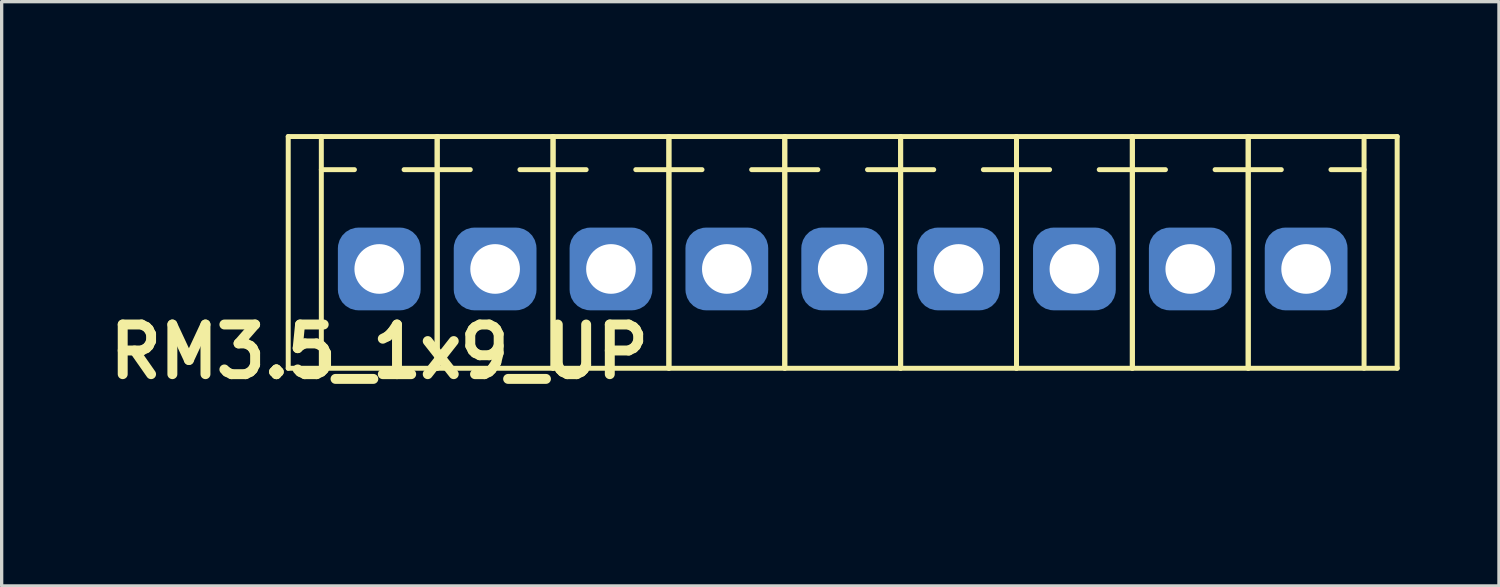
<source format=kicad_pcb>
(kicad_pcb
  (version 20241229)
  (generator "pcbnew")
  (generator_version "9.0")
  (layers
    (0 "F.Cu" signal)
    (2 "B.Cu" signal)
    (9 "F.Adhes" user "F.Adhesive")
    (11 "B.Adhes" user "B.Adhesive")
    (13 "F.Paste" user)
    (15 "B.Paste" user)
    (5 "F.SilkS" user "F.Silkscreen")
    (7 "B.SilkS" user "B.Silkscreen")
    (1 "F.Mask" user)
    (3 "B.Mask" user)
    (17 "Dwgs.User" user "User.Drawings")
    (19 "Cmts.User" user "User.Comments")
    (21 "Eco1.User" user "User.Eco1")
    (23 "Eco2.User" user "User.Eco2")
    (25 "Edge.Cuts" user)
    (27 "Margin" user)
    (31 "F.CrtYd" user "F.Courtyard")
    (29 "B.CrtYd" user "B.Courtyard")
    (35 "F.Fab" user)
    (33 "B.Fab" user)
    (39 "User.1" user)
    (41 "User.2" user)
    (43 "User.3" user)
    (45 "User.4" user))
  (footprint "RM3.5_1x9_UP"
    (layer "F.Cu")
    (at 8.407 5.075)
    (property "Reference" "RM3.5_1x9_UP" (at 0 2.5 0) (layer "F.SilkS") (effects (font (size 1.5 1.5) (thickness 0.3))))
    (attr through_hole)
    (fp_line (start -2.75 -4) (end -2.75 3) (stroke (width 0.15) (type solid)) (layer "F.SilkS"))
    (fp_line (start -2.75 -4) (end 30.75 -4) (stroke (width 0.15) (type solid)) (layer "F.SilkS"))
    (fp_line (start -2.75 3) (end 30.75 3) (stroke (width 0.15) (type solid)) (layer "F.SilkS"))
    (fp_line (start -1.75 -3) (end -0.75 -3) (stroke (width 0.15) (type solid)) (layer "F.SilkS"))
    (fp_line (start -1.75 3) (end -1.75 -4) (stroke (width 0.15) (type solid)) (layer "F.SilkS"))
    (fp_line (start 1.75 -3) (end 0.75 -3) (stroke (width 0.15) (type solid)) (layer "F.SilkS"))
    (fp_line (start 1.75 -3) (end 2.75 -3) (stroke (width 0.15) (type solid)) (layer "F.SilkS"))
    (fp_line (start 1.75 3) (end 1.75 -4) (stroke (width 0.15) (type solid)) (layer "F.SilkS"))
    (fp_line (start 1.75 3) (end 1.75 -4) (stroke (width 0.15) (type solid)) (layer "F.SilkS"))
    (fp_line (start 5.25 -3) (end 4.25 -3) (stroke (width 0.15) (type solid)) (layer "F.SilkS"))
    (fp_line (start 5.25 -3) (end 6.25 -3) (stroke (width 0.15) (type solid)) (layer "F.SilkS"))
    (fp_line (start 5.25 3) (end 5.25 -4) (stroke (width 0.15) (type solid)) (layer "F.SilkS"))
    (fp_line (start 5.25 3) (end 5.25 -4) (stroke (width 0.15) (type solid)) (layer "F.SilkS"))
    (fp_line (start 8.75 -3) (end 7.75 -3) (stroke (width 0.15) (type solid)) (layer "F.SilkS"))
    (fp_line (start 8.75 -3) (end 9.75 -3) (stroke (width 0.15) (type solid)) (layer "F.SilkS"))
    (fp_line (start 8.75 3) (end 8.75 -4) (stroke (width 0.15) (type solid)) (layer "F.SilkS"))
    (fp_line (start 8.75 3) (end 8.75 -4) (stroke (width 0.15) (type solid)) (layer "F.SilkS"))
    (fp_line (start 12.25 -3) (end 11.25 -3) (stroke (width 0.15) (type solid)) (layer "F.SilkS"))
    (fp_line (start 12.25 -3) (end 13.25 -3) (stroke (width 0.15) (type solid)) (layer "F.SilkS"))
    (fp_line (start 12.25 3) (end 12.25 -4) (stroke (width 0.15) (type solid)) (layer "F.SilkS"))
    (fp_line (start 12.25 3) (end 12.25 -4) (stroke (width 0.15) (type solid)) (layer "F.SilkS"))
    (fp_line (start 15.75 -3) (end 14.75 -3) (stroke (width 0.15) (type solid)) (layer "F.SilkS"))
    (fp_line (start 15.75 -3) (end 16.75 -3) (stroke (width 0.15) (type solid)) (layer "F.SilkS"))
    (fp_line (start 15.75 3) (end 15.75 -4) (stroke (width 0.15) (type solid)) (layer "F.SilkS"))
    (fp_line (start 15.75 3) (end 15.75 -4) (stroke (width 0.15) (type solid)) (layer "F.SilkS"))
    (fp_line (start 19.25 -3) (end 18.25 -3) (stroke (width 0.15) (type solid)) (layer "F.SilkS"))
    (fp_line (start 19.25 -3) (end 20.25 -3) (stroke (width 0.15) (type solid)) (layer "F.SilkS"))
    (fp_line (start 19.25 3) (end 19.25 -4) (stroke (width 0.15) (type solid)) (layer "F.SilkS"))
    (fp_line (start 19.25 3) (end 19.25 -4) (stroke (width 0.15) (type solid)) (layer "F.SilkS"))
    (fp_line (start 22.75 -3) (end 21.75 -3) (stroke (width 0.15) (type solid)) (layer "F.SilkS"))
    (fp_line (start 22.75 -3) (end 23.75 -3) (stroke (width 0.15) (type solid)) (layer "F.SilkS"))
    (fp_line (start 22.75 3) (end 22.75 -4) (stroke (width 0.15) (type solid)) (layer "F.SilkS"))
    (fp_line (start 22.75 3) (end 22.75 -4) (stroke (width 0.15) (type solid)) (layer "F.SilkS"))
    (fp_line (start 26.25 -3) (end 25.25 -3) (stroke (width 0.15) (type solid)) (layer "F.SilkS"))
    (fp_line (start 26.25 -3) (end 27.25 -3) (stroke (width 0.15) (type solid)) (layer "F.SilkS"))
    (fp_line (start 26.25 3) (end 26.25 -4) (stroke (width 0.15) (type solid)) (layer "F.SilkS"))
    (fp_line (start 26.25 3) (end 26.25 -4) (stroke (width 0.15) (type solid)) (layer "F.SilkS"))
    (fp_line (start 29.75 -3) (end 28.75 -3) (stroke (width 0.15) (type solid)) (layer "F.SilkS"))
    (fp_line (start 29.75 3) (end 29.75 -4) (stroke (width 0.15) (type solid)) (layer "F.SilkS"))
    (fp_line (start 30.75 -4) (end 30.75 3) (stroke (width 0.15) (type solid)) (layer "F.SilkS"))
    (fp_line (start -1.75 -5) (end 29.75 -5) (stroke (width 0.15) (type solid)) (layer "Margin"))
    (fp_line (start -1.75 6.5) (end -1.75 -5) (stroke (width 0.15) (type solid)) (layer "Margin"))
    (fp_line (start -1.75 6.5) (end 29.75 6.5) (stroke (width 0.15) (type solid)) (layer "Margin"))
    (fp_line (start -1 1.5) (end 1 1.5) (stroke (width 0.15) (type solid)) (layer "Margin"))
    (fp_line (start -1 4) (end -1 1.5) (stroke (width 0.15) (type solid)) (layer "Margin"))
    (fp_line (start -1 4) (end 1 4) (stroke (width 0.15) (type solid)) (layer "Margin"))
    (fp_line (start 1 4) (end 1 1.5) (stroke (width 0.15) (type solid)) (layer "Margin"))
    (fp_line (start 2.5 1.5) (end 4.5 1.5) (stroke (width 0.15) (type solid)) (layer "Margin"))
    (fp_line (start 2.5 4) (end 2.5 1.5) (stroke (width 0.15) (type solid)) (layer "Margin"))
    (fp_line (start 2.5 4) (end 4.5 4) (stroke (width 0.15) (type solid)) (layer "Margin"))
    (fp_line (start 4.5 4) (end 4.5 1.5) (stroke (width 0.15) (type solid)) (layer "Margin"))
    (fp_line (start 6 1.5) (end 8 1.5) (stroke (width 0.15) (type solid)) (layer "Margin"))
    (fp_line (start 6 4) (end 6 1.5) (stroke (width 0.15) (type solid)) (layer "Margin"))
    (fp_line (start 6 4) (end 8 4) (stroke (width 0.15) (type solid)) (layer "Margin"))
    (fp_line (start 8 4) (end 8 1.5) (stroke (width 0.15) (type solid)) (layer "Margin"))
    (fp_line (start 9.5 1.5) (end 11.5 1.5) (stroke (width 0.15) (type solid)) (layer "Margin"))
    (fp_line (start 9.5 4) (end 9.5 1.5) (stroke (width 0.15) (type solid)) (layer "Margin"))
    (fp_line (start 9.5 4) (end 11.5 4) (stroke (width 0.15) (type solid)) (layer "Margin"))
    (fp_line (start 11.5 4) (end 11.5 1.5) (stroke (width 0.15) (type solid)) (layer "Margin"))
    (fp_line (start 13 1.5) (end 15 1.5) (stroke (width 0.15) (type solid)) (layer "Margin"))
    (fp_line (start 13 4) (end 13 1.5) (stroke (width 0.15) (type solid)) (layer "Margin"))
    (fp_line (start 13 4) (end 15 4) (stroke (width 0.15) (type solid)) (layer "Margin"))
    (fp_line (start 15 4) (end 15 1.5) (stroke (width 0.15) (type solid)) (layer "Margin"))
    (fp_line (start 16.5 1.5) (end 18.5 1.5) (stroke (width 0.15) (type solid)) (layer "Margin"))
    (fp_line (start 16.5 4) (end 16.5 1.5) (stroke (width 0.15) (type solid)) (layer "Margin"))
    (fp_line (start 16.5 4) (end 18.5 4) (stroke (width 0.15) (type solid)) (layer "Margin"))
    (fp_line (start 18.5 4) (end 18.5 1.5) (stroke (width 0.15) (type solid)) (layer "Margin"))
    (fp_line (start 20 1.5) (end 22 1.5) (stroke (width 0.15) (type solid)) (layer "Margin"))
    (fp_line (start 20 4) (end 20 1.5) (stroke (width 0.15) (type solid)) (layer "Margin"))
    (fp_line (start 20 4) (end 22 4) (stroke (width 0.15) (type solid)) (layer "Margin"))
    (fp_line (start 22 4) (end 22 1.5) (stroke (width 0.15) (type solid)) (layer "Margin"))
    (fp_line (start 23.5 1.5) (end 25.5 1.5) (stroke (width 0.15) (type solid)) (layer "Margin"))
    (fp_line (start 23.5 4) (end 23.5 1.5) (stroke (width 0.15) (type solid)) (layer "Margin"))
    (fp_line (start 23.5 4) (end 25.5 4) (stroke (width 0.15) (type solid)) (layer "Margin"))
    (fp_line (start 25.5 4) (end 25.5 1.5) (stroke (width 0.15) (type solid)) (layer "Margin"))
    (fp_line (start 27 1.5) (end 29 1.5) (stroke (width 0.15) (type solid)) (layer "Margin"))
    (fp_line (start 27 4) (end 27 1.5) (stroke (width 0.15) (type solid)) (layer "Margin"))
    (fp_line (start 27 4) (end 29 4) (stroke (width 0.15) (type solid)) (layer "Margin"))
    (fp_line (start 29 4) (end 29 1.5) (stroke (width 0.15) (type solid)) (layer "Margin"))
    (fp_line (start 29.75 6.5) (end 29.75 -5) (stroke (width 0.15) (type solid)) (layer "Margin"))
    (pad "1" thru_hole circle (at 0 0) (size 1.8 1.8) (drill 1.5) (layers "*.Cu" "*.Mask"))
    (pad "1" smd roundrect (at 0 0) (size 2.5 2.5) (layers "B.Cu" "B.Mask") (roundrect_rratio 0.25))
    (pad "2" thru_hole circle (at 3.5 0) (size 1.8 1.8) (drill 1.5) (layers "*.Cu" "*.Mask"))
    (pad "2" smd roundrect (at 3.5 0) (size 2.5 2.5) (layers "B.Cu" "B.Mask") (roundrect_rratio 0.25))
    (pad "3" thru_hole circle (at 7 0) (size 1.8 1.8) (drill 1.5) (layers "*.Cu" "*.Mask"))
    (pad "3" smd roundrect (at 7 0) (size 2.5 2.5) (layers "B.Cu" "B.Mask") (roundrect_rratio 0.25))
    (pad "4" thru_hole circle (at 10.5 0) (size 1.8 1.8) (drill 1.5) (layers "*.Cu" "*.Mask"))
    (pad "4" smd roundrect (at 10.5 0) (size 2.5 2.5) (layers "B.Cu" "B.Mask") (roundrect_rratio 0.25))
    (pad "5" thru_hole circle (at 14 0) (size 1.8 1.8) (drill 1.5) (layers "*.Cu" "*.Mask"))
    (pad "5" smd roundrect (at 14 0) (size 2.5 2.5) (layers "B.Cu" "B.Mask") (roundrect_rratio 0.25))
    (pad "6" thru_hole circle (at 17.5 0) (size 1.8 1.8) (drill 1.5) (layers "*.Cu" "*.Mask"))
    (pad "6" smd roundrect (at 17.5 0) (size 2.5 2.5) (layers "B.Cu" "B.Mask") (roundrect_rratio 0.25))
    (pad "7" thru_hole circle (at 21 0) (size 1.8 1.8) (drill 1.5) (layers "*.Cu" "*.Mask"))
    (pad "7" smd roundrect (at 21 0) (size 2.5 2.5) (layers "B.Cu" "B.Mask") (roundrect_rratio 0.25))
    (pad "8" thru_hole circle (at 24.5 0) (size 1.8 1.8) (drill 1.5) (layers "*.Cu" "*.Mask"))
    (pad "8" smd roundrect (at 24.5 0) (size 2.5 2.5) (layers "B.Cu" "B.Mask") (roundrect_rratio 0.25))
    (pad "9" thru_hole circle (at 28 0) (size 1.8 1.8) (drill 1.5) (layers "*.Cu" "*.Mask"))
    (pad "9" smd roundrect (at 28 0) (size 2.5 2.5) (layers "B.Cu" "B.Mask") (roundrect_rratio 0.25)))
  (gr_rect
    (start -3 -3)
    (end 42.232 14.65)
    (stroke (width 0.1) (type default))
    (fill no)
    (layer "Edge.Cuts")))
</source>
